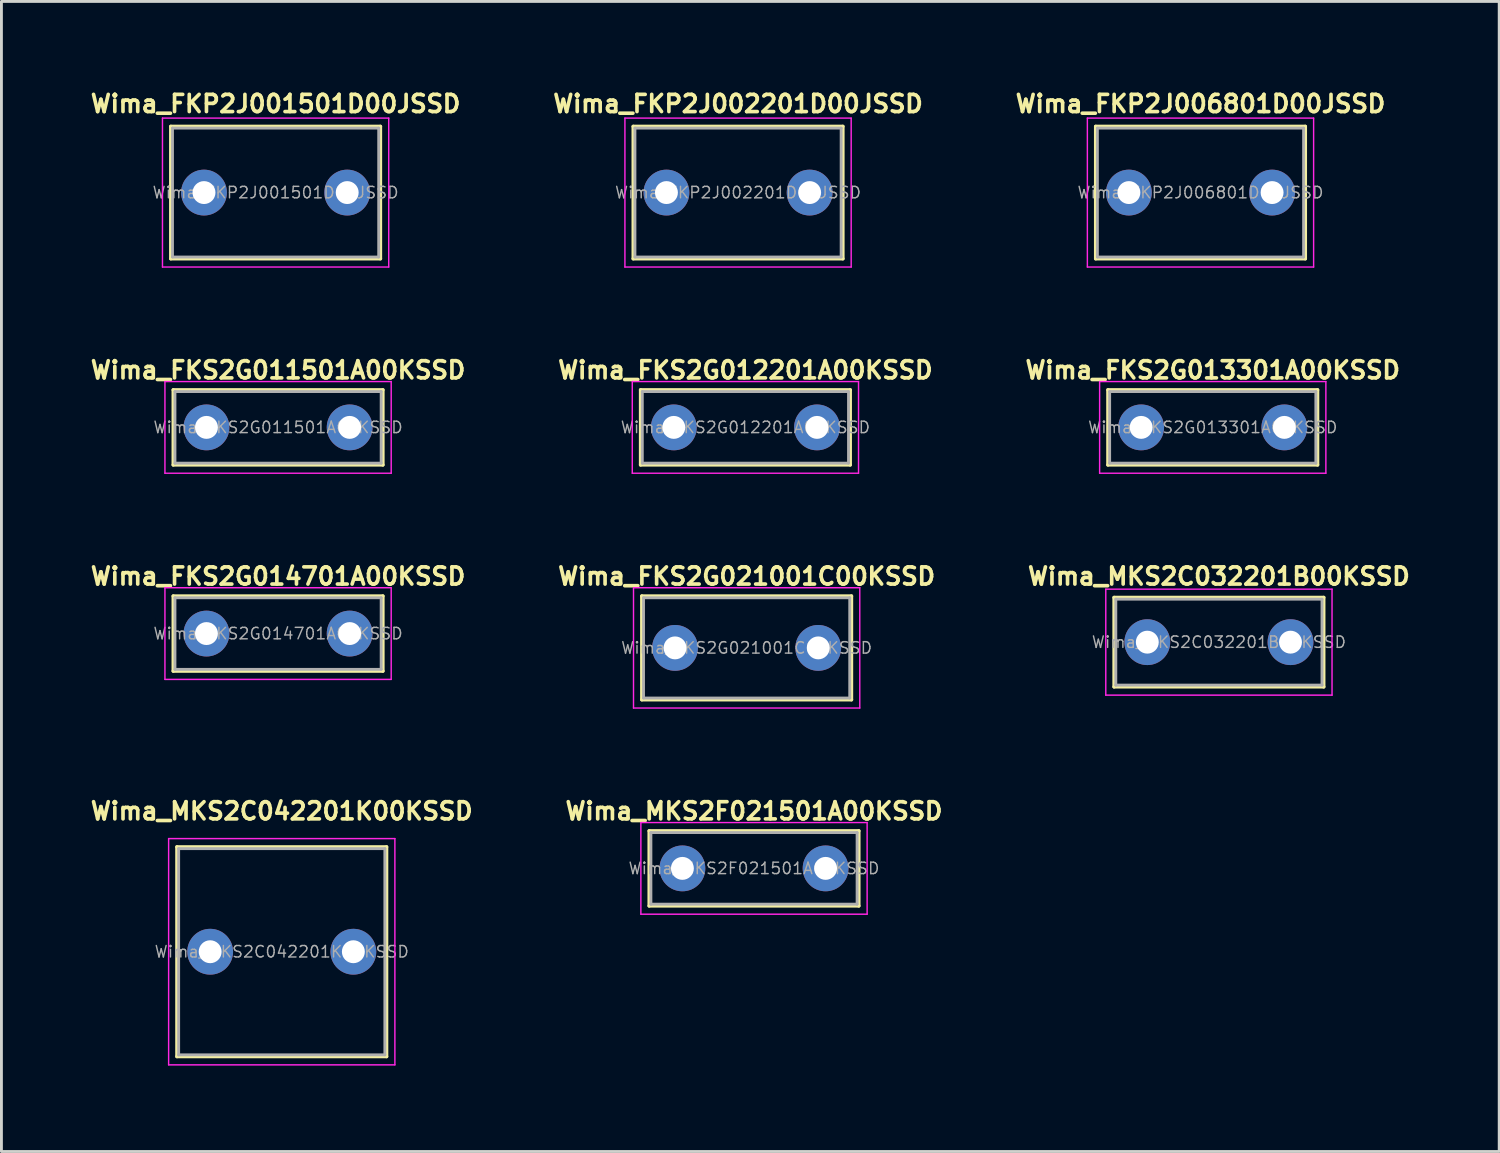
<source format=kicad_pcb>
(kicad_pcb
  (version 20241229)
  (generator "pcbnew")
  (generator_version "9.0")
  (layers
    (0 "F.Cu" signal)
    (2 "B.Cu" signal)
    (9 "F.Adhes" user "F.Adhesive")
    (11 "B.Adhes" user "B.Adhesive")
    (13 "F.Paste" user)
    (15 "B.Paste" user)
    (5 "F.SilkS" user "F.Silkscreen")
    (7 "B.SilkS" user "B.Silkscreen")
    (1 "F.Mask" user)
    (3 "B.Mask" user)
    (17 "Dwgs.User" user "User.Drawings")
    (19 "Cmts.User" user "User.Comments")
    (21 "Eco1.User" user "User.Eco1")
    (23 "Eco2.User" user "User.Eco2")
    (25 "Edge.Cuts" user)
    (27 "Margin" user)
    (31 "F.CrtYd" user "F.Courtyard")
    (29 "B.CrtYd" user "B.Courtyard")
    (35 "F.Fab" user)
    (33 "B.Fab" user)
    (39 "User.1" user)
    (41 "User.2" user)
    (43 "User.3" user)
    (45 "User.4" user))
  (footprint "Wima_MKS2C042201K00KSSD"
    (layer "F.Cu")
    (at 6.788 30.181)
    (property "Reference" "Wima_MKS2C042201K00KSSD" (at 0 -4.91 0) (layer "F.SilkS") (effects (font (size 0.6 0.6) (thickness 0.127))))
    (attr through_hole)
    (fp_line (start -3.66 -3.66) (end -3.66 3.66) (stroke (width 0.12) (type solid)) (layer "F.SilkS"))
    (fp_line (start -3.66 -3.66) (end 3.66 -3.66) (stroke (width 0.12) (type solid)) (layer "F.SilkS"))
    (fp_line (start -3.66 3.66) (end 3.66 3.66) (stroke (width 0.12) (type solid)) (layer "F.SilkS"))
    (fp_line (start 3.66 -3.66) (end 3.66 3.66) (stroke (width 0.12) (type solid)) (layer "F.SilkS"))
    (fp_line (start -3.95 -3.95) (end -3.95 3.95) (stroke (width 0.05) (type solid)) (layer "F.CrtYd"))
    (fp_line (start -3.95 3.95) (end 3.95 3.95) (stroke (width 0.05) (type solid)) (layer "F.CrtYd"))
    (fp_line (start 3.95 -3.95) (end -3.95 -3.95) (stroke (width 0.05) (type solid)) (layer "F.CrtYd"))
    (fp_line (start 3.95 3.95) (end 3.95 -3.95) (stroke (width 0.05) (type solid)) (layer "F.CrtYd"))
    (fp_line (start -3.6 -3.6) (end -3.6 3.6) (stroke (width 0.1) (type solid)) (layer "F.Fab"))
    (fp_line (start -3.6 3.6) (end 3.6 3.6) (stroke (width 0.1) (type solid)) (layer "F.Fab"))
    (fp_line (start 3.6 -3.6) (end -3.6 -3.6) (stroke (width 0.1) (type solid)) (layer "F.Fab"))
    (fp_line (start 3.6 3.6) (end 3.6 -3.6) (stroke (width 0.1) (type solid)) (layer "F.Fab"))
    (fp_text user "${REFERENCE}" (at 0 0 0) (layer "F.Fab") (effects (font (size 0.4 0.4) (thickness 0.05))))
    (pad "1" thru_hole circle (at -2.5 0) (size 1.6 1.6) (drill 0.8) (layers "*.Cu" "*.Mask"))
    (pad "2" thru_hole circle (at 2.5 0) (size 1.6 1.6) (drill 0.8) (layers "*.Cu" "*.Mask")))
  (footprint "Wima_FKP2J002201D00JSSD"
    (layer "F.Cu")
    (at 22.72 3.674)
    (property "Reference" "Wima_FKP2J002201D00JSSD" (at 0 -3.1 0) (layer "F.SilkS") (effects (font (size 0.6 0.6) (thickness 0.127))))
    (attr through_hole)
    (fp_line (start -3.66 -2.31) (end -3.66 2.31) (stroke (width 0.12) (type solid)) (layer "F.SilkS"))
    (fp_line (start -3.66 -2.31) (end 3.66 -2.31) (stroke (width 0.12) (type solid)) (layer "F.SilkS"))
    (fp_line (start -3.66 2.31) (end 3.66 2.31) (stroke (width 0.12) (type solid)) (layer "F.SilkS"))
    (fp_line (start 3.66 -2.31) (end 3.66 2.31) (stroke (width 0.12) (type solid)) (layer "F.SilkS"))
    (fp_line (start -3.95 -2.6) (end -3.95 2.6) (stroke (width 0.05) (type solid)) (layer "F.CrtYd"))
    (fp_line (start -3.95 2.6) (end 3.95 2.6) (stroke (width 0.05) (type solid)) (layer "F.CrtYd"))
    (fp_line (start 3.95 -2.6) (end -3.95 -2.6) (stroke (width 0.05) (type solid)) (layer "F.CrtYd"))
    (fp_line (start 3.95 2.6) (end 3.95 -2.6) (stroke (width 0.05) (type solid)) (layer "F.CrtYd"))
    (fp_line (start -3.6 -2.25) (end -3.6 2.25) (stroke (width 0.1) (type solid)) (layer "F.Fab"))
    (fp_line (start -3.6 2.25) (end 3.6 2.25) (stroke (width 0.1) (type solid)) (layer "F.Fab"))
    (fp_line (start 3.6 -2.25) (end -3.6 -2.25) (stroke (width 0.1) (type solid)) (layer "F.Fab"))
    (fp_line (start 3.6 2.25) (end 3.6 -2.25) (stroke (width 0.1) (type solid)) (layer "F.Fab"))
    (fp_text user "${REFERENCE}" (at 0 0 0) (layer "F.Fab") (effects (font (size 0.4 0.4) (thickness 0.05))))
    (pad "1" thru_hole circle (at -2.5 0) (size 1.6 1.6) (drill 0.8) (layers "*.Cu" "*.Mask"))
    (pad "2" thru_hole circle (at 2.5 0) (size 1.6 1.6) (drill 0.8) (layers "*.Cu" "*.Mask")))
  (footprint "Wima_FKS2G013301A00KSSD"
    (layer "F.Cu")
    (at 39.295 11.873)
    (property "Reference" "Wima_FKS2G013301A00KSSD" (at 0 -2 0) (layer "F.SilkS") (effects (font (size 0.6 0.6) (thickness 0.127))))
    (attr through_hole)
    (fp_line (start -3.66 -1.31) (end -3.66 1.31) (stroke (width 0.12) (type solid)) (layer "F.SilkS"))
    (fp_line (start -3.66 -1.31) (end 3.66 -1.31) (stroke (width 0.12) (type solid)) (layer "F.SilkS"))
    (fp_line (start -3.66 1.31) (end 3.66 1.31) (stroke (width 0.12) (type solid)) (layer "F.SilkS"))
    (fp_line (start 3.66 -1.31) (end 3.66 1.31) (stroke (width 0.12) (type solid)) (layer "F.SilkS"))
    (fp_line (start -3.95 -1.6) (end -3.95 1.6) (stroke (width 0.05) (type solid)) (layer "F.CrtYd"))
    (fp_line (start -3.95 1.6) (end 3.95 1.6) (stroke (width 0.05) (type solid)) (layer "F.CrtYd"))
    (fp_line (start 3.95 -1.6) (end -3.95 -1.6) (stroke (width 0.05) (type solid)) (layer "F.CrtYd"))
    (fp_line (start 3.95 1.6) (end 3.95 -1.6) (stroke (width 0.05) (type solid)) (layer "F.CrtYd"))
    (fp_line (start -3.6 -1.25) (end -3.6 1.25) (stroke (width 0.1) (type solid)) (layer "F.Fab"))
    (fp_line (start -3.6 1.25) (end 3.6 1.25) (stroke (width 0.1) (type solid)) (layer "F.Fab"))
    (fp_line (start 3.6 -1.25) (end -3.6 -1.25) (stroke (width 0.1) (type solid)) (layer "F.Fab"))
    (fp_line (start 3.6 1.25) (end 3.6 -1.25) (stroke (width 0.1) (type solid)) (layer "F.Fab"))
    (fp_text user "${REFERENCE}" (at 0 0 0) (layer "F.Fab") (effects (font (size 0.4 0.4) (thickness 0.05))))
    (pad "1" thru_hole circle (at -2.5 0) (size 1.6 1.6) (drill 0.8) (layers "*.Cu" "*.Mask"))
    (pad "2" thru_hole circle (at 2.5 0) (size 1.6 1.6) (drill 0.8) (layers "*.Cu" "*.Mask")))
  (footprint "Wima_FKS2G012201A00KSSD"
    (layer "F.Cu")
    (at 22.977 11.873)
    (property "Reference" "Wima_FKS2G012201A00KSSD" (at 0 -2 0) (layer "F.SilkS") (effects (font (size 0.6 0.6) (thickness 0.127))))
    (attr through_hole)
    (fp_line (start -3.66 -1.31) (end -3.66 1.31) (stroke (width 0.12) (type solid)) (layer "F.SilkS"))
    (fp_line (start -3.66 -1.31) (end 3.66 -1.31) (stroke (width 0.12) (type solid)) (layer "F.SilkS"))
    (fp_line (start -3.66 1.31) (end 3.66 1.31) (stroke (width 0.12) (type solid)) (layer "F.SilkS"))
    (fp_line (start 3.66 -1.31) (end 3.66 1.31) (stroke (width 0.12) (type solid)) (layer "F.SilkS"))
    (fp_line (start -3.95 -1.6) (end -3.95 1.6) (stroke (width 0.05) (type solid)) (layer "F.CrtYd"))
    (fp_line (start -3.95 1.6) (end 3.95 1.6) (stroke (width 0.05) (type solid)) (layer "F.CrtYd"))
    (fp_line (start 3.95 -1.6) (end -3.95 -1.6) (stroke (width 0.05) (type solid)) (layer "F.CrtYd"))
    (fp_line (start 3.95 1.6) (end 3.95 -1.6) (stroke (width 0.05) (type solid)) (layer "F.CrtYd"))
    (fp_line (start -3.6 -1.25) (end -3.6 1.25) (stroke (width 0.1) (type solid)) (layer "F.Fab"))
    (fp_line (start -3.6 1.25) (end 3.6 1.25) (stroke (width 0.1) (type solid)) (layer "F.Fab"))
    (fp_line (start 3.6 -1.25) (end -3.6 -1.25) (stroke (width 0.1) (type solid)) (layer "F.Fab"))
    (fp_line (start 3.6 1.25) (end 3.6 -1.25) (stroke (width 0.1) (type solid)) (layer "F.Fab"))
    (fp_text user "${REFERENCE}" (at 0 0 0) (layer "F.Fab") (effects (font (size 0.4 0.4) (thickness 0.05))))
    (pad "1" thru_hole circle (at -2.5 0) (size 1.6 1.6) (drill 0.8) (layers "*.Cu" "*.Mask"))
    (pad "2" thru_hole circle (at 2.5 0) (size 1.6 1.6) (drill 0.8) (layers "*.Cu" "*.Mask")))
  (footprint "Wima_FKS2G011501A00KSSD"
    (layer "F.Cu")
    (at 6.659 11.873)
    (property "Reference" "Wima_FKS2G011501A00KSSD" (at 0 -2 0) (layer "F.SilkS") (effects (font (size 0.6 0.6) (thickness 0.127))))
    (attr through_hole)
    (fp_line (start -3.66 -1.31) (end -3.66 1.31) (stroke (width 0.12) (type solid)) (layer "F.SilkS"))
    (fp_line (start -3.66 -1.31) (end 3.66 -1.31) (stroke (width 0.12) (type solid)) (layer "F.SilkS"))
    (fp_line (start -3.66 1.31) (end 3.66 1.31) (stroke (width 0.12) (type solid)) (layer "F.SilkS"))
    (fp_line (start 3.66 -1.31) (end 3.66 1.31) (stroke (width 0.12) (type solid)) (layer "F.SilkS"))
    (fp_line (start -3.95 -1.6) (end -3.95 1.6) (stroke (width 0.05) (type solid)) (layer "F.CrtYd"))
    (fp_line (start -3.95 1.6) (end 3.95 1.6) (stroke (width 0.05) (type solid)) (layer "F.CrtYd"))
    (fp_line (start 3.95 -1.6) (end -3.95 -1.6) (stroke (width 0.05) (type solid)) (layer "F.CrtYd"))
    (fp_line (start 3.95 1.6) (end 3.95 -1.6) (stroke (width 0.05) (type solid)) (layer "F.CrtYd"))
    (fp_line (start -3.6 -1.25) (end -3.6 1.25) (stroke (width 0.1) (type solid)) (layer "F.Fab"))
    (fp_line (start -3.6 1.25) (end 3.6 1.25) (stroke (width 0.1) (type solid)) (layer "F.Fab"))
    (fp_line (start 3.6 -1.25) (end -3.6 -1.25) (stroke (width 0.1) (type solid)) (layer "F.Fab"))
    (fp_line (start 3.6 1.25) (end 3.6 -1.25) (stroke (width 0.1) (type solid)) (layer "F.Fab"))
    (fp_text user "${REFERENCE}" (at 0 0 0) (layer "F.Fab") (effects (font (size 0.4 0.4) (thickness 0.05))))
    (pad "1" thru_hole circle (at -2.5 0) (size 1.6 1.6) (drill 0.8) (layers "*.Cu" "*.Mask"))
    (pad "2" thru_hole circle (at 2.5 0) (size 1.6 1.6) (drill 0.8) (layers "*.Cu" "*.Mask")))
  (footprint "Wima_FKS2G021001C00KSSD"
    (layer "F.Cu")
    (at 23.02 19.572)
    (property "Reference" "Wima_FKS2G021001C00KSSD" (at 0 -2.5 0) (layer "F.SilkS") (effects (font (size 0.6 0.6) (thickness 0.127))))
    (attr through_hole)
    (fp_line (start -3.66 -1.81) (end -3.66 1.81) (stroke (width 0.12) (type solid)) (layer "F.SilkS"))
    (fp_line (start -3.66 -1.81) (end 3.66 -1.81) (stroke (width 0.12) (type solid)) (layer "F.SilkS"))
    (fp_line (start -3.66 1.81) (end 3.66 1.81) (stroke (width 0.12) (type solid)) (layer "F.SilkS"))
    (fp_line (start 3.66 -1.81) (end 3.66 1.81) (stroke (width 0.12) (type solid)) (layer "F.SilkS"))
    (fp_line (start -3.95 -2.1) (end -3.95 2.1) (stroke (width 0.05) (type solid)) (layer "F.CrtYd"))
    (fp_line (start -3.95 2.1) (end 3.95 2.1) (stroke (width 0.05) (type solid)) (layer "F.CrtYd"))
    (fp_line (start 3.95 -2.1) (end -3.95 -2.1) (stroke (width 0.05) (type solid)) (layer "F.CrtYd"))
    (fp_line (start 3.95 2.1) (end 3.95 -2.1) (stroke (width 0.05) (type solid)) (layer "F.CrtYd"))
    (fp_line (start -3.6 -1.75) (end -3.6 1.75) (stroke (width 0.1) (type solid)) (layer "F.Fab"))
    (fp_line (start -3.6 1.75) (end 3.6 1.75) (stroke (width 0.1) (type solid)) (layer "F.Fab"))
    (fp_line (start 3.6 -1.75) (end -3.6 -1.75) (stroke (width 0.1) (type solid)) (layer "F.Fab"))
    (fp_line (start 3.6 1.75) (end 3.6 -1.75) (stroke (width 0.1) (type solid)) (layer "F.Fab"))
    (fp_text user "${REFERENCE}" (at 0 0 0) (layer "F.Fab") (effects (font (size 0.4 0.4) (thickness 0.05))))
    (pad "1" thru_hole circle (at -2.5 0) (size 1.6 1.6) (drill 0.8) (layers "*.Cu" "*.Mask"))
    (pad "2" thru_hole circle (at 2.5 0) (size 1.6 1.6) (drill 0.8) (layers "*.Cu" "*.Mask")))
  (footprint "Wima_MKS2F021501A00KSSD"
    (layer "F.Cu")
    (at 23.277 27.271)
    (property "Reference" "Wima_MKS2F021501A00KSSD" (at 0 -2 0) (layer "F.SilkS") (effects (font (size 0.6 0.6) (thickness 0.127))))
    (attr through_hole)
    (fp_line (start -3.66 -1.31) (end -3.66 1.31) (stroke (width 0.12) (type solid)) (layer "F.SilkS"))
    (fp_line (start -3.66 -1.31) (end 3.66 -1.31) (stroke (width 0.12) (type solid)) (layer "F.SilkS"))
    (fp_line (start -3.66 1.31) (end 3.66 1.31) (stroke (width 0.12) (type solid)) (layer "F.SilkS"))
    (fp_line (start 3.66 -1.31) (end 3.66 1.31) (stroke (width 0.12) (type solid)) (layer "F.SilkS"))
    (fp_line (start -3.95 -1.6) (end -3.95 1.6) (stroke (width 0.05) (type solid)) (layer "F.CrtYd"))
    (fp_line (start -3.95 1.6) (end 3.95 1.6) (stroke (width 0.05) (type solid)) (layer "F.CrtYd"))
    (fp_line (start 3.95 -1.6) (end -3.95 -1.6) (stroke (width 0.05) (type solid)) (layer "F.CrtYd"))
    (fp_line (start 3.95 1.6) (end 3.95 -1.6) (stroke (width 0.05) (type solid)) (layer "F.CrtYd"))
    (fp_line (start -3.6 -1.25) (end -3.6 1.25) (stroke (width 0.1) (type solid)) (layer "F.Fab"))
    (fp_line (start -3.6 1.25) (end 3.6 1.25) (stroke (width 0.1) (type solid)) (layer "F.Fab"))
    (fp_line (start 3.6 -1.25) (end -3.6 -1.25) (stroke (width 0.1) (type solid)) (layer "F.Fab"))
    (fp_line (start 3.6 1.25) (end 3.6 -1.25) (stroke (width 0.1) (type solid)) (layer "F.Fab"))
    (fp_text user "${REFERENCE}" (at 0 0 0) (layer "F.Fab") (effects (font (size 0.4 0.4) (thickness 0.05))))
    (pad "1" thru_hole circle (at -2.5 0) (size 1.6 1.6) (drill 0.8) (layers "*.Cu" "*.Mask"))
    (pad "2" thru_hole circle (at 2.5 0) (size 1.6 1.6) (drill 0.8) (layers "*.Cu" "*.Mask")))
  (footprint "Wima_FKS2G014701A00KSSD"
    (layer "F.Cu")
    (at 6.659 19.072)
    (property "Reference" "Wima_FKS2G014701A00KSSD" (at 0 -2 0) (layer "F.SilkS") (effects (font (size 0.6 0.6) (thickness 0.127))))
    (attr through_hole)
    (fp_line (start -3.66 -1.31) (end -3.66 1.31) (stroke (width 0.12) (type solid)) (layer "F.SilkS"))
    (fp_line (start -3.66 -1.31) (end 3.66 -1.31) (stroke (width 0.12) (type solid)) (layer "F.SilkS"))
    (fp_line (start -3.66 1.31) (end 3.66 1.31) (stroke (width 0.12) (type solid)) (layer "F.SilkS"))
    (fp_line (start 3.66 -1.31) (end 3.66 1.31) (stroke (width 0.12) (type solid)) (layer "F.SilkS"))
    (fp_line (start -3.95 -1.6) (end -3.95 1.6) (stroke (width 0.05) (type solid)) (layer "F.CrtYd"))
    (fp_line (start -3.95 1.6) (end 3.95 1.6) (stroke (width 0.05) (type solid)) (layer "F.CrtYd"))
    (fp_line (start 3.95 -1.6) (end -3.95 -1.6) (stroke (width 0.05) (type solid)) (layer "F.CrtYd"))
    (fp_line (start 3.95 1.6) (end 3.95 -1.6) (stroke (width 0.05) (type solid)) (layer "F.CrtYd"))
    (fp_line (start -3.6 -1.25) (end -3.6 1.25) (stroke (width 0.1) (type solid)) (layer "F.Fab"))
    (fp_line (start -3.6 1.25) (end 3.6 1.25) (stroke (width 0.1) (type solid)) (layer "F.Fab"))
    (fp_line (start 3.6 -1.25) (end -3.6 -1.25) (stroke (width 0.1) (type solid)) (layer "F.Fab"))
    (fp_line (start 3.6 1.25) (end 3.6 -1.25) (stroke (width 0.1) (type solid)) (layer "F.Fab"))
    (fp_text user "${REFERENCE}" (at 0 0 0) (layer "F.Fab") (effects (font (size 0.4 0.4) (thickness 0.05))))
    (pad "1" thru_hole circle (at -2.5 0) (size 1.6 1.6) (drill 0.8) (layers "*.Cu" "*.Mask"))
    (pad "2" thru_hole circle (at 2.5 0) (size 1.6 1.6) (drill 0.8) (layers "*.Cu" "*.Mask")))
  (footprint "Wima_FKP2J001501D00JSSD"
    (layer "F.Cu")
    (at 6.573 3.674)
    (property "Reference" "Wima_FKP2J001501D00JSSD" (at 0 -3.1 0) (layer "F.SilkS") (effects (font (size 0.6 0.6) (thickness 0.127))))
    (attr through_hole)
    (fp_line (start -3.66 -2.31) (end -3.66 2.31) (stroke (width 0.12) (type solid)) (layer "F.SilkS"))
    (fp_line (start -3.66 -2.31) (end 3.66 -2.31) (stroke (width 0.12) (type solid)) (layer "F.SilkS"))
    (fp_line (start -3.66 2.31) (end 3.66 2.31) (stroke (width 0.12) (type solid)) (layer "F.SilkS"))
    (fp_line (start 3.66 -2.31) (end 3.66 2.31) (stroke (width 0.12) (type solid)) (layer "F.SilkS"))
    (fp_line (start -3.95 -2.6) (end -3.95 2.6) (stroke (width 0.05) (type solid)) (layer "F.CrtYd"))
    (fp_line (start -3.95 2.6) (end 3.95 2.6) (stroke (width 0.05) (type solid)) (layer "F.CrtYd"))
    (fp_line (start 3.95 -2.6) (end -3.95 -2.6) (stroke (width 0.05) (type solid)) (layer "F.CrtYd"))
    (fp_line (start 3.95 2.6) (end 3.95 -2.6) (stroke (width 0.05) (type solid)) (layer "F.CrtYd"))
    (fp_line (start -3.6 -2.25) (end -3.6 2.25) (stroke (width 0.1) (type solid)) (layer "F.Fab"))
    (fp_line (start -3.6 2.25) (end 3.6 2.25) (stroke (width 0.1) (type solid)) (layer "F.Fab"))
    (fp_line (start 3.6 -2.25) (end -3.6 -2.25) (stroke (width 0.1) (type solid)) (layer "F.Fab"))
    (fp_line (start 3.6 2.25) (end 3.6 -2.25) (stroke (width 0.1) (type solid)) (layer "F.Fab"))
    (fp_text user "${REFERENCE}" (at 0 0 0) (layer "F.Fab") (effects (font (size 0.4 0.4) (thickness 0.05))))
    (pad "1" thru_hole circle (at -2.5 0) (size 1.6 1.6) (drill 0.8) (layers "*.Cu" "*.Mask"))
    (pad "2" thru_hole circle (at 2.5 0) (size 1.6 1.6) (drill 0.8) (layers "*.Cu" "*.Mask")))
  (footprint "Wima_FKP2J006801D00JSSD"
    (layer "F.Cu")
    (at 38.867 3.674)
    (property "Reference" "Wima_FKP2J006801D00JSSD" (at 0 -3.1 0) (layer "F.SilkS") (effects (font (size 0.6 0.6) (thickness 0.127))))
    (attr through_hole)
    (fp_line (start -3.66 -2.31) (end -3.66 2.31) (stroke (width 0.12) (type solid)) (layer "F.SilkS"))
    (fp_line (start -3.66 -2.31) (end 3.66 -2.31) (stroke (width 0.12) (type solid)) (layer "F.SilkS"))
    (fp_line (start -3.66 2.31) (end 3.66 2.31) (stroke (width 0.12) (type solid)) (layer "F.SilkS"))
    (fp_line (start 3.66 -2.31) (end 3.66 2.31) (stroke (width 0.12) (type solid)) (layer "F.SilkS"))
    (fp_line (start -3.95 -2.6) (end -3.95 2.6) (stroke (width 0.05) (type solid)) (layer "F.CrtYd"))
    (fp_line (start -3.95 2.6) (end 3.95 2.6) (stroke (width 0.05) (type solid)) (layer "F.CrtYd"))
    (fp_line (start 3.95 -2.6) (end -3.95 -2.6) (stroke (width 0.05) (type solid)) (layer "F.CrtYd"))
    (fp_line (start 3.95 2.6) (end 3.95 -2.6) (stroke (width 0.05) (type solid)) (layer "F.CrtYd"))
    (fp_line (start -3.6 -2.25) (end -3.6 2.25) (stroke (width 0.1) (type solid)) (layer "F.Fab"))
    (fp_line (start -3.6 2.25) (end 3.6 2.25) (stroke (width 0.1) (type solid)) (layer "F.Fab"))
    (fp_line (start 3.6 -2.25) (end -3.6 -2.25) (stroke (width 0.1) (type solid)) (layer "F.Fab"))
    (fp_line (start 3.6 2.25) (end 3.6 -2.25) (stroke (width 0.1) (type solid)) (layer "F.Fab"))
    (fp_text user "${REFERENCE}" (at 0 0 0) (layer "F.Fab") (effects (font (size 0.4 0.4) (thickness 0.05))))
    (pad "1" thru_hole circle (at -2.5 0) (size 1.6 1.6) (drill 0.8) (layers "*.Cu" "*.Mask"))
    (pad "2" thru_hole circle (at 2.5 0) (size 1.6 1.6) (drill 0.8) (layers "*.Cu" "*.Mask")))
  (footprint "Wima_MKS2C032201B00KSSD"
    (layer "F.Cu")
    (at 39.51 19.372)
    (property "Reference" "Wima_MKS2C032201B00KSSD" (at 0 -2.3 0) (layer "F.SilkS") (effects (font (size 0.6 0.6) (thickness 0.127))))
    (attr through_hole)
    (fp_line (start -3.66 -1.56) (end -3.66 1.56) (stroke (width 0.12) (type solid)) (layer "F.SilkS"))
    (fp_line (start -3.66 -1.56) (end 3.66 -1.56) (stroke (width 0.12) (type solid)) (layer "F.SilkS"))
    (fp_line (start -3.66 1.56) (end 3.66 1.56) (stroke (width 0.12) (type solid)) (layer "F.SilkS"))
    (fp_line (start 3.66 -1.56) (end 3.66 1.56) (stroke (width 0.12) (type solid)) (layer "F.SilkS"))
    (fp_line (start -3.95 -1.85) (end -3.95 1.85) (stroke (width 0.05) (type solid)) (layer "F.CrtYd"))
    (fp_line (start -3.95 1.85) (end 3.95 1.85) (stroke (width 0.05) (type solid)) (layer "F.CrtYd"))
    (fp_line (start 3.95 -1.85) (end -3.95 -1.85) (stroke (width 0.05) (type solid)) (layer "F.CrtYd"))
    (fp_line (start 3.95 1.85) (end 3.95 -1.85) (stroke (width 0.05) (type solid)) (layer "F.CrtYd"))
    (fp_line (start -3.6 -1.5) (end -3.6 1.5) (stroke (width 0.1) (type solid)) (layer "F.Fab"))
    (fp_line (start -3.6 1.5) (end 3.6 1.5) (stroke (width 0.1) (type solid)) (layer "F.Fab"))
    (fp_line (start 3.6 -1.5) (end -3.6 -1.5) (stroke (width 0.1) (type solid)) (layer "F.Fab"))
    (fp_line (start 3.6 1.5) (end 3.6 -1.5) (stroke (width 0.1) (type solid)) (layer "F.Fab"))
    (fp_text user "${REFERENCE}" (at 0 0 0) (layer "F.Fab") (effects (font (size 0.4 0.4) (thickness 0.05))))
    (pad "1" thru_hole circle (at -2.5 0) (size 1.6 1.6) (drill 0.8) (layers "*.Cu" "*.Mask"))
    (pad "2" thru_hole circle (at 2.5 0) (size 1.6 1.6) (drill 0.8) (layers "*.Cu" "*.Mask")))
  (gr_rect
    (start -3 -3)
    (end 49.297 37.156)
    (stroke (width 0.1) (type default))
    (fill no)
    (layer "Edge.Cuts")))
</source>
